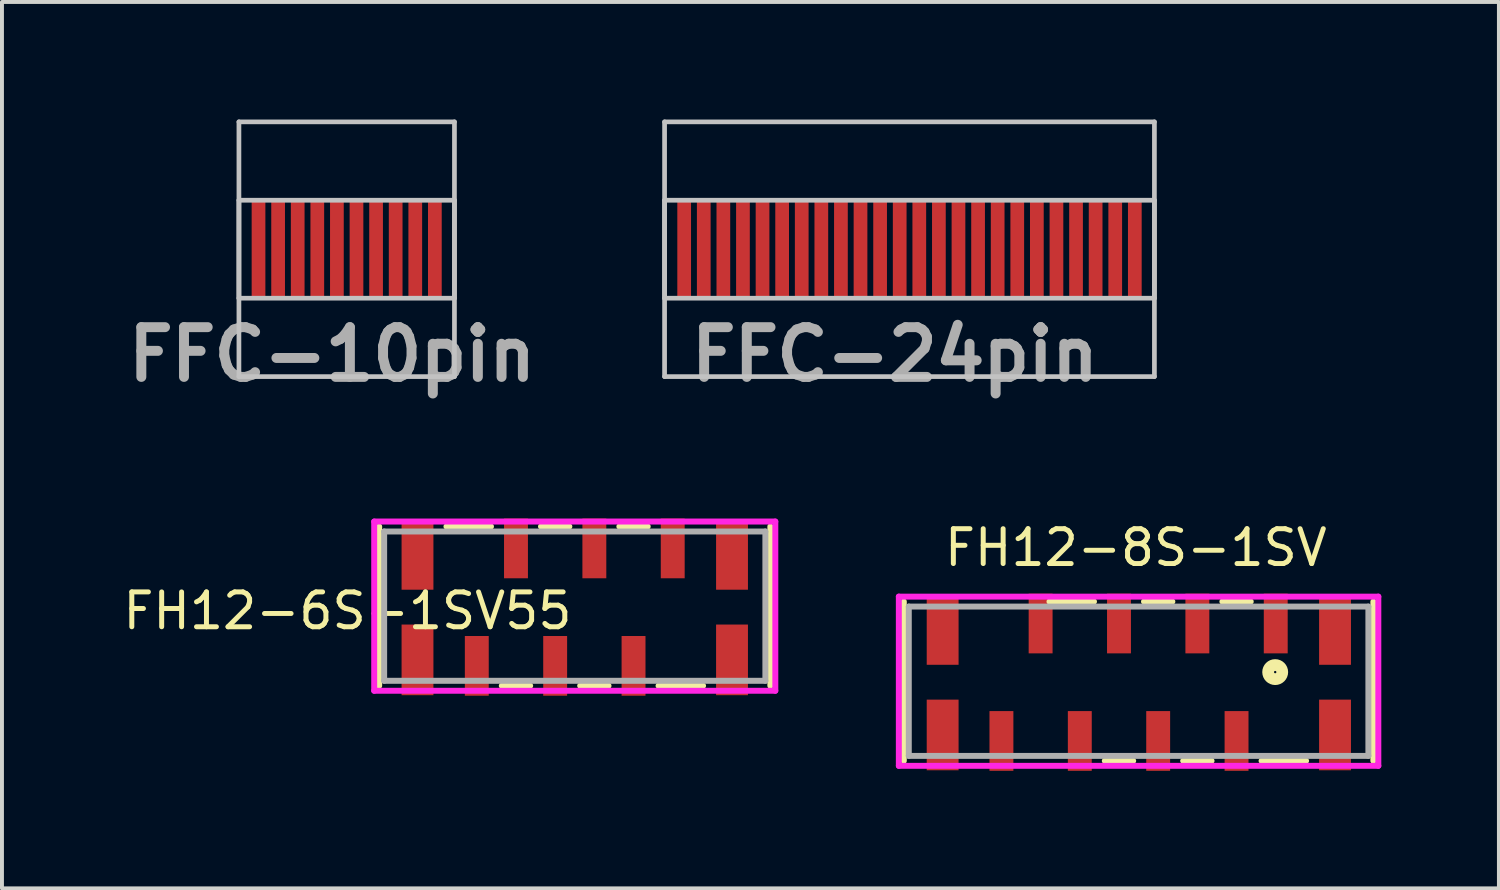
<source format=kicad_pcb>
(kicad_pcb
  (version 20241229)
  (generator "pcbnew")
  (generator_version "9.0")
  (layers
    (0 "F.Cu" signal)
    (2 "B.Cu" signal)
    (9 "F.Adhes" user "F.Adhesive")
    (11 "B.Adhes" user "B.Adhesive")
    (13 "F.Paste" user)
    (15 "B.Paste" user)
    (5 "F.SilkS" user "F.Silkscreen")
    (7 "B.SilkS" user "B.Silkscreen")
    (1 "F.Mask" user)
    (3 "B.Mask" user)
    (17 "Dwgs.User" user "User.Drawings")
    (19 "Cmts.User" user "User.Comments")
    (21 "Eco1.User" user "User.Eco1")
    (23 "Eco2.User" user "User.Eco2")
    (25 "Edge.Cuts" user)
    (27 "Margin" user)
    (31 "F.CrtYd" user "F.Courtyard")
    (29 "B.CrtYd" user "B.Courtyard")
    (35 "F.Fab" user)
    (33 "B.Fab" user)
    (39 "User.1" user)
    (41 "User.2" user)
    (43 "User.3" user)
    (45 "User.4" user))
  (footprint "FH12-6S-1SV55"
    (layer "F.Cu")
    (at 11.817 12.439)
    (property "Reference" "FH12-6S-1SV55" (at -6 0.1 0) (layer "F.SilkS") (effects (font (size 0.889 0.889) (thickness 0.127))))
    (attr through_hole)
    (fp_line (start -5.191 -2.053) (end -5.191 2.011) (stroke (width 0.152) (type solid)) (layer "F.SilkS"))
    (fp_line (start -2.338 -2.053) (end -3.474 -2.053) (stroke (width 0.152) (type solid)) (layer "F.SilkS"))
    (fp_line (start -2.062 2.011) (end -1.338 2.011) (stroke (width 0.152) (type solid)) (layer "F.SilkS"))
    (fp_line (start -0.338 -2.053) (end -1.062 -2.053) (stroke (width 0.152) (type solid)) (layer "F.SilkS"))
    (fp_line (start -0.062 2.011) (end 0.662 2.011) (stroke (width 0.152) (type solid)) (layer "F.SilkS"))
    (fp_line (start 1.662 -2.053) (end 0.938 -2.053) (stroke (width 0.152) (type solid)) (layer "F.SilkS"))
    (fp_line (start 1.938 2.011) (end 3.074 2.011) (stroke (width 0.152) (type solid)) (layer "F.SilkS"))
    (fp_line (start 4.791 2.011) (end 4.791 -2.053) (stroke (width 0.152) (type solid)) (layer "F.SilkS"))
    (fp_line (start -5.318 -2.18) (end -5.318 2.138) (stroke (width 0.152) (type solid)) (layer "F.CrtYd"))
    (fp_line (start -5.318 2.138) (end 4.918 2.138) (stroke (width 0.152) (type solid)) (layer "F.CrtYd"))
    (fp_line (start 4.918 -2.18) (end -5.318 -2.18) (stroke (width 0.152) (type solid)) (layer "F.CrtYd"))
    (fp_line (start 4.918 2.138) (end 4.918 -2.18) (stroke (width 0.152) (type solid)) (layer "F.CrtYd"))
    (fp_line (start -5.064 -1.926) (end -5.064 1.884) (stroke (width 0.152) (type solid)) (layer "F.Fab"))
    (fp_line (start -5.064 1.884) (end 4.664 1.884) (stroke (width 0.152) (type solid)) (layer "F.Fab"))
    (fp_line (start 4.664 -1.926) (end -5.064 -1.926) (stroke (width 0.152) (type solid)) (layer "F.Fab"))
    (fp_line (start 4.664 1.884) (end 4.664 -1.926) (stroke (width 0.152) (type solid)) (layer "F.Fab"))
    (pad "1" smd rect (at 2.3 -1.494) (size 0.61 1.524) (layers "F.Cu" "F.Mask" "F.Paste"))
    (pad "2" smd rect (at 1.3 1.503) (size 0.61 1.524) (layers "F.Cu" "F.Mask" "F.Paste"))
    (pad "3" smd rect (at 0.3 -1.494) (size 0.61 1.524) (layers "F.Cu" "F.Mask" "F.Paste"))
    (pad "4" smd rect (at -0.7 1.503) (size 0.61 1.524) (layers "F.Cu" "F.Mask" "F.Paste"))
    (pad "5" smd rect (at -1.7 -1.494) (size 0.61 1.524) (layers "F.Cu" "F.Mask" "F.Paste"))
    (pad "6" smd rect (at -2.7 1.503) (size 0.61 1.524) (layers "F.Cu" "F.Mask" "F.Paste"))
    (pad "7" smd rect (at -4.213 1.35) (size 0.813 1.803) (layers "F.Cu" "F.Mask" "F.Paste"))
    (pad "8" smd rect (at 3.813 1.35) (size 0.813 1.803) (layers "F.Cu" "F.Mask" "F.Paste"))
    (pad "9" smd rect (at -4.213 -1.342) (size 0.813 1.803) (layers "F.Cu" "F.Mask" "F.Paste"))
    (pad "10" smd rect (at 3.813 -1.342) (size 0.813 1.803) (layers "F.Cu" "F.Mask" "F.Paste")))
  (footprint "FFC-10pin"
    (layer "F.Cu")
    (at 5.797 3.31)
    (property "Reference" "FFC-10pin" (at -0.372 2.684 0) (layer "F.Fab") (effects (font (size 1.27 1.27) (thickness 0.254))))
    (attr smd)
    (fp_line (start -2.75 -3.25) (end 2.75 -3.25) (stroke (width 0.12) (type solid)) (layer "Dwgs.User"))
    (fp_line (start -2.75 -1.25) (end 2.75 -1.25) (stroke (width 0.12) (type solid)) (layer "Dwgs.User"))
    (fp_line (start -2.75 1.25) (end -2.75 -3.25) (stroke (width 0.12) (type solid)) (layer "Dwgs.User"))
    (fp_line (start -2.75 1.25) (end 2.75 1.25) (stroke (width 0.12) (type solid)) (layer "Dwgs.User"))
    (fp_line (start -2.75 3.25) (end -2.75 -1.25) (stroke (width 0.12) (type solid)) (layer "Dwgs.User"))
    (fp_line (start -2.75 3.25) (end 2.75 3.25) (stroke (width 0.12) (type solid)) (layer "Dwgs.User"))
    (fp_line (start 2.75 -3.25) (end 2.75 1.25) (stroke (width 0.12) (type solid)) (layer "Dwgs.User"))
    (fp_line (start 2.75 -1.25) (end 2.75 3.25) (stroke (width 0.12) (type solid)) (layer "Dwgs.User"))
    (pad "1" smd rect (at -2.25 0) (size 0.35 2.5) (layers "F.Cu" "F.Mask" "F.Paste"))
    (pad "2" smd rect (at -1.75 0) (size 0.35 2.5) (layers "F.Cu" "F.Mask" "F.Paste"))
    (pad "3" smd rect (at -1.25 0) (size 0.35 2.5) (layers "F.Cu" "F.Mask" "F.Paste"))
    (pad "4" smd rect (at -0.75 0) (size 0.35 2.5) (layers "F.Cu" "F.Mask" "F.Paste"))
    (pad "5" smd rect (at -0.25 0) (size 0.35 2.5) (layers "F.Cu" "F.Mask" "F.Paste"))
    (pad "6" smd rect (at 0.25 0) (size 0.35 2.5) (layers "F.Cu" "F.Mask" "F.Paste"))
    (pad "7" smd rect (at 0.75 0) (size 0.35 2.5) (layers "F.Cu" "F.Mask" "F.Paste"))
    (pad "8" smd rect (at 1.25 0) (size 0.35 2.5) (layers "F.Cu" "F.Mask" "F.Paste"))
    (pad "9" smd rect (at 1.75 0) (size 0.35 2.5) (layers "F.Cu" "F.Mask" "F.Paste"))
    (pad "10" smd rect (at 2.25 0) (size 0.35 2.5) (layers "F.Cu" "F.Mask" "F.Paste")))
  (footprint "FH12-8S-1SV"
    (layer "F.Cu")
    (at 25.935 14.355)
    (property "Reference" "FH12-8S-1SV" (at 0 -3.429 180) (layer "F.SilkS") (effects (font (size 0.889 0.889) (thickness 0.127))))
    (attr through_hole)
    (fp_line (start -5.921 -2.053) (end -5.921 2.011) (stroke (width 0.152) (type solid)) (layer "F.SilkS"))
    (fp_line (start -1.068 -2.053) (end -2.204 -2.053) (stroke (width 0.152) (type solid)) (layer "F.SilkS"))
    (fp_line (start -0.792 2.011) (end -0.068 2.011) (stroke (width 0.152) (type solid)) (layer "F.SilkS"))
    (fp_line (start 0.932 -2.053) (end 0.208 -2.053) (stroke (width 0.152) (type solid)) (layer "F.SilkS"))
    (fp_line (start 1.208 2.011) (end 1.932 2.011) (stroke (width 0.152) (type solid)) (layer "F.SilkS"))
    (fp_line (start 2.932 -2.053) (end 2.208 -2.053) (stroke (width 0.152) (type solid)) (layer "F.SilkS"))
    (fp_line (start 3.208 2.011) (end 4.344 2.011) (stroke (width 0.152) (type solid)) (layer "F.SilkS"))
    (fp_line (start 6.061 2.011) (end 6.061 -2.053) (stroke (width 0.152) (type solid)) (layer "F.SilkS"))
    (fp_circle (center 3.556 -0.254) (end 3.736 -0.254) (stroke (width 0.3) (type solid)) (fill no) (layer "F.SilkS"))
    (fp_line (start -6.048 -2.18) (end -6.048 2.138) (stroke (width 0.152) (type solid)) (layer "F.CrtYd"))
    (fp_line (start -6.048 2.138) (end 6.188 2.138) (stroke (width 0.152) (type solid)) (layer "F.CrtYd"))
    (fp_line (start 6.188 -2.18) (end -6.048 -2.18) (stroke (width 0.152) (type solid)) (layer "F.CrtYd"))
    (fp_line (start 6.188 2.138) (end 6.188 -2.18) (stroke (width 0.152) (type solid)) (layer "F.CrtYd"))
    (fp_line (start -5.794 -1.926) (end -5.794 1.884) (stroke (width 0.152) (type solid)) (layer "F.Fab"))
    (fp_line (start -5.794 1.884) (end 5.934 1.884) (stroke (width 0.152) (type solid)) (layer "F.Fab"))
    (fp_line (start 5.934 -1.926) (end -5.794 -1.926) (stroke (width 0.152) (type solid)) (layer "F.Fab"))
    (fp_line (start 5.934 1.884) (end 5.934 -1.926) (stroke (width 0.152) (type solid)) (layer "F.Fab"))
    (pad "1" smd rect (at 3.57 -1.494) (size 0.61 1.524) (layers "F.Cu" "F.Mask" "F.Paste"))
    (pad "2" smd rect (at 2.57 1.503) (size 0.61 1.524) (layers "F.Cu" "F.Mask" "F.Paste"))
    (pad "3" smd rect (at 1.57 -1.494) (size 0.61 1.524) (layers "F.Cu" "F.Mask" "F.Paste"))
    (pad "4" smd rect (at 0.57 1.503) (size 0.61 1.524) (layers "F.Cu" "F.Mask" "F.Paste"))
    (pad "5" smd rect (at -0.43 -1.494) (size 0.61 1.524) (layers "F.Cu" "F.Mask" "F.Paste"))
    (pad "6" smd rect (at -1.43 1.503) (size 0.61 1.524) (layers "F.Cu" "F.Mask" "F.Paste"))
    (pad "7" smd rect (at -2.43 -1.494) (size 0.61 1.524) (layers "F.Cu" "F.Mask" "F.Paste"))
    (pad "8" smd rect (at -3.43 1.503) (size 0.61 1.524) (layers "F.Cu" "F.Mask" "F.Paste"))
    (pad "NC" smd rect (at -4.93 -1.342) (size 0.813 1.803) (layers "F.Cu" "F.Mask" "F.Paste"))
    (pad "NC" smd rect (at -4.93 1.35) (size 0.813 1.803) (layers "F.Cu" "F.Mask" "F.Paste"))
    (pad "NC" smd rect (at 5.083 -1.342) (size 0.813 1.803) (layers "F.Cu" "F.Mask" "F.Paste"))
    (pad "NC" smd rect (at 5.083 1.35) (size 0.813 1.803) (layers "F.Cu" "F.Mask" "F.Paste")))
  (footprint "FFC-24pin"
    (layer "F.Cu")
    (at 20.159 3.31)
    (property "Reference" "FFC-24pin" (at -0.372 2.684 180) (layer "F.Fab") (effects (font (size 1.27 1.27) (thickness 0.254))))
    (attr smd)
    (fp_line (start -6.25 -3.25) (end 6.25 -3.25) (stroke (width 0.12) (type solid)) (layer "Dwgs.User"))
    (fp_line (start -6.25 -1.25) (end 6.25 -1.25) (stroke (width 0.12) (type solid)) (layer "Dwgs.User"))
    (fp_line (start -6.25 1.25) (end -6.25 -3.25) (stroke (width 0.12) (type solid)) (layer "Dwgs.User"))
    (fp_line (start -6.25 1.25) (end 6.25 1.25) (stroke (width 0.12) (type solid)) (layer "Dwgs.User"))
    (fp_line (start -6.25 3.25) (end -6.25 -1.25) (stroke (width 0.12) (type solid)) (layer "Dwgs.User"))
    (fp_line (start -6.25 3.25) (end 6.25 3.25) (stroke (width 0.12) (type solid)) (layer "Dwgs.User"))
    (fp_line (start 6.25 -3.25) (end 6.25 1.25) (stroke (width 0.12) (type solid)) (layer "Dwgs.User"))
    (fp_line (start 6.25 -1.25) (end 6.25 3.25) (stroke (width 0.12) (type solid)) (layer "Dwgs.User"))
    (pad "1" smd rect (at -5.75 0) (size 0.35 2.5) (layers "F.Cu" "F.Mask" "F.Paste"))
    (pad "2" smd rect (at -5.25 0) (size 0.35 2.5) (layers "F.Cu" "F.Mask" "F.Paste"))
    (pad "3" smd rect (at -4.75 0) (size 0.35 2.5) (layers "F.Cu" "F.Mask" "F.Paste"))
    (pad "4" smd rect (at -4.25 0) (size 0.35 2.5) (layers "F.Cu" "F.Mask" "F.Paste"))
    (pad "5" smd rect (at -3.75 0) (size 0.35 2.5) (layers "F.Cu" "F.Mask" "F.Paste"))
    (pad "6" smd rect (at -3.25 0) (size 0.35 2.5) (layers "F.Cu" "F.Mask" "F.Paste"))
    (pad "7" smd rect (at -2.75 0) (size 0.35 2.5) (layers "F.Cu" "F.Mask" "F.Paste"))
    (pad "8" smd rect (at -2.25 0) (size 0.35 2.5) (layers "F.Cu" "F.Mask" "F.Paste"))
    (pad "9" smd rect (at -1.75 0) (size 0.35 2.5) (layers "F.Cu" "F.Mask" "F.Paste"))
    (pad "10" smd rect (at -1.25 0) (size 0.35 2.5) (layers "F.Cu" "F.Mask" "F.Paste"))
    (pad "11" smd rect (at -0.75 0) (size 0.35 2.5) (layers "F.Cu" "F.Mask" "F.Paste"))
    (pad "12" smd rect (at -0.25 0) (size 0.35 2.5) (layers "F.Cu" "F.Mask" "F.Paste"))
    (pad "13" smd rect (at 0.25 0) (size 0.35 2.5) (layers "F.Cu" "F.Mask" "F.Paste"))
    (pad "14" smd rect (at 0.75 0) (size 0.35 2.5) (layers "F.Cu" "F.Mask" "F.Paste"))
    (pad "15" smd rect (at 1.25 0) (size 0.35 2.5) (layers "F.Cu" "F.Mask" "F.Paste"))
    (pad "16" smd rect (at 1.75 0) (size 0.35 2.5) (layers "F.Cu" "F.Mask" "F.Paste"))
    (pad "17" smd rect (at 2.25 0) (size 0.35 2.5) (layers "F.Cu" "F.Mask" "F.Paste"))
    (pad "18" smd rect (at 2.75 0) (size 0.35 2.5) (layers "F.Cu" "F.Mask" "F.Paste"))
    (pad "19" smd rect (at 3.25 0) (size 0.35 2.5) (layers "F.Cu" "F.Mask" "F.Paste"))
    (pad "20" smd rect (at 3.75 0) (size 0.35 2.5) (layers "F.Cu" "F.Mask" "F.Paste"))
    (pad "21" smd rect (at 4.25 0) (size 0.35 2.5) (layers "F.Cu" "F.Mask" "F.Paste"))
    (pad "22" smd rect (at 4.75 0) (size 0.35 2.5) (layers "F.Cu" "F.Mask" "F.Paste"))
    (pad "23" smd rect (at 5.25 0) (size 0.35 2.5) (layers "F.Cu" "F.Mask" "F.Paste"))
    (pad "24" smd rect (at 5.75 0) (size 0.35 2.5) (layers "F.Cu" "F.Mask" "F.Paste")))
  (gr_rect
    (start -3 -3)
    (end 35.2 19.62)
    (stroke (width 0.1) (type default))
    (fill no)
    (layer "Edge.Cuts")))
</source>
